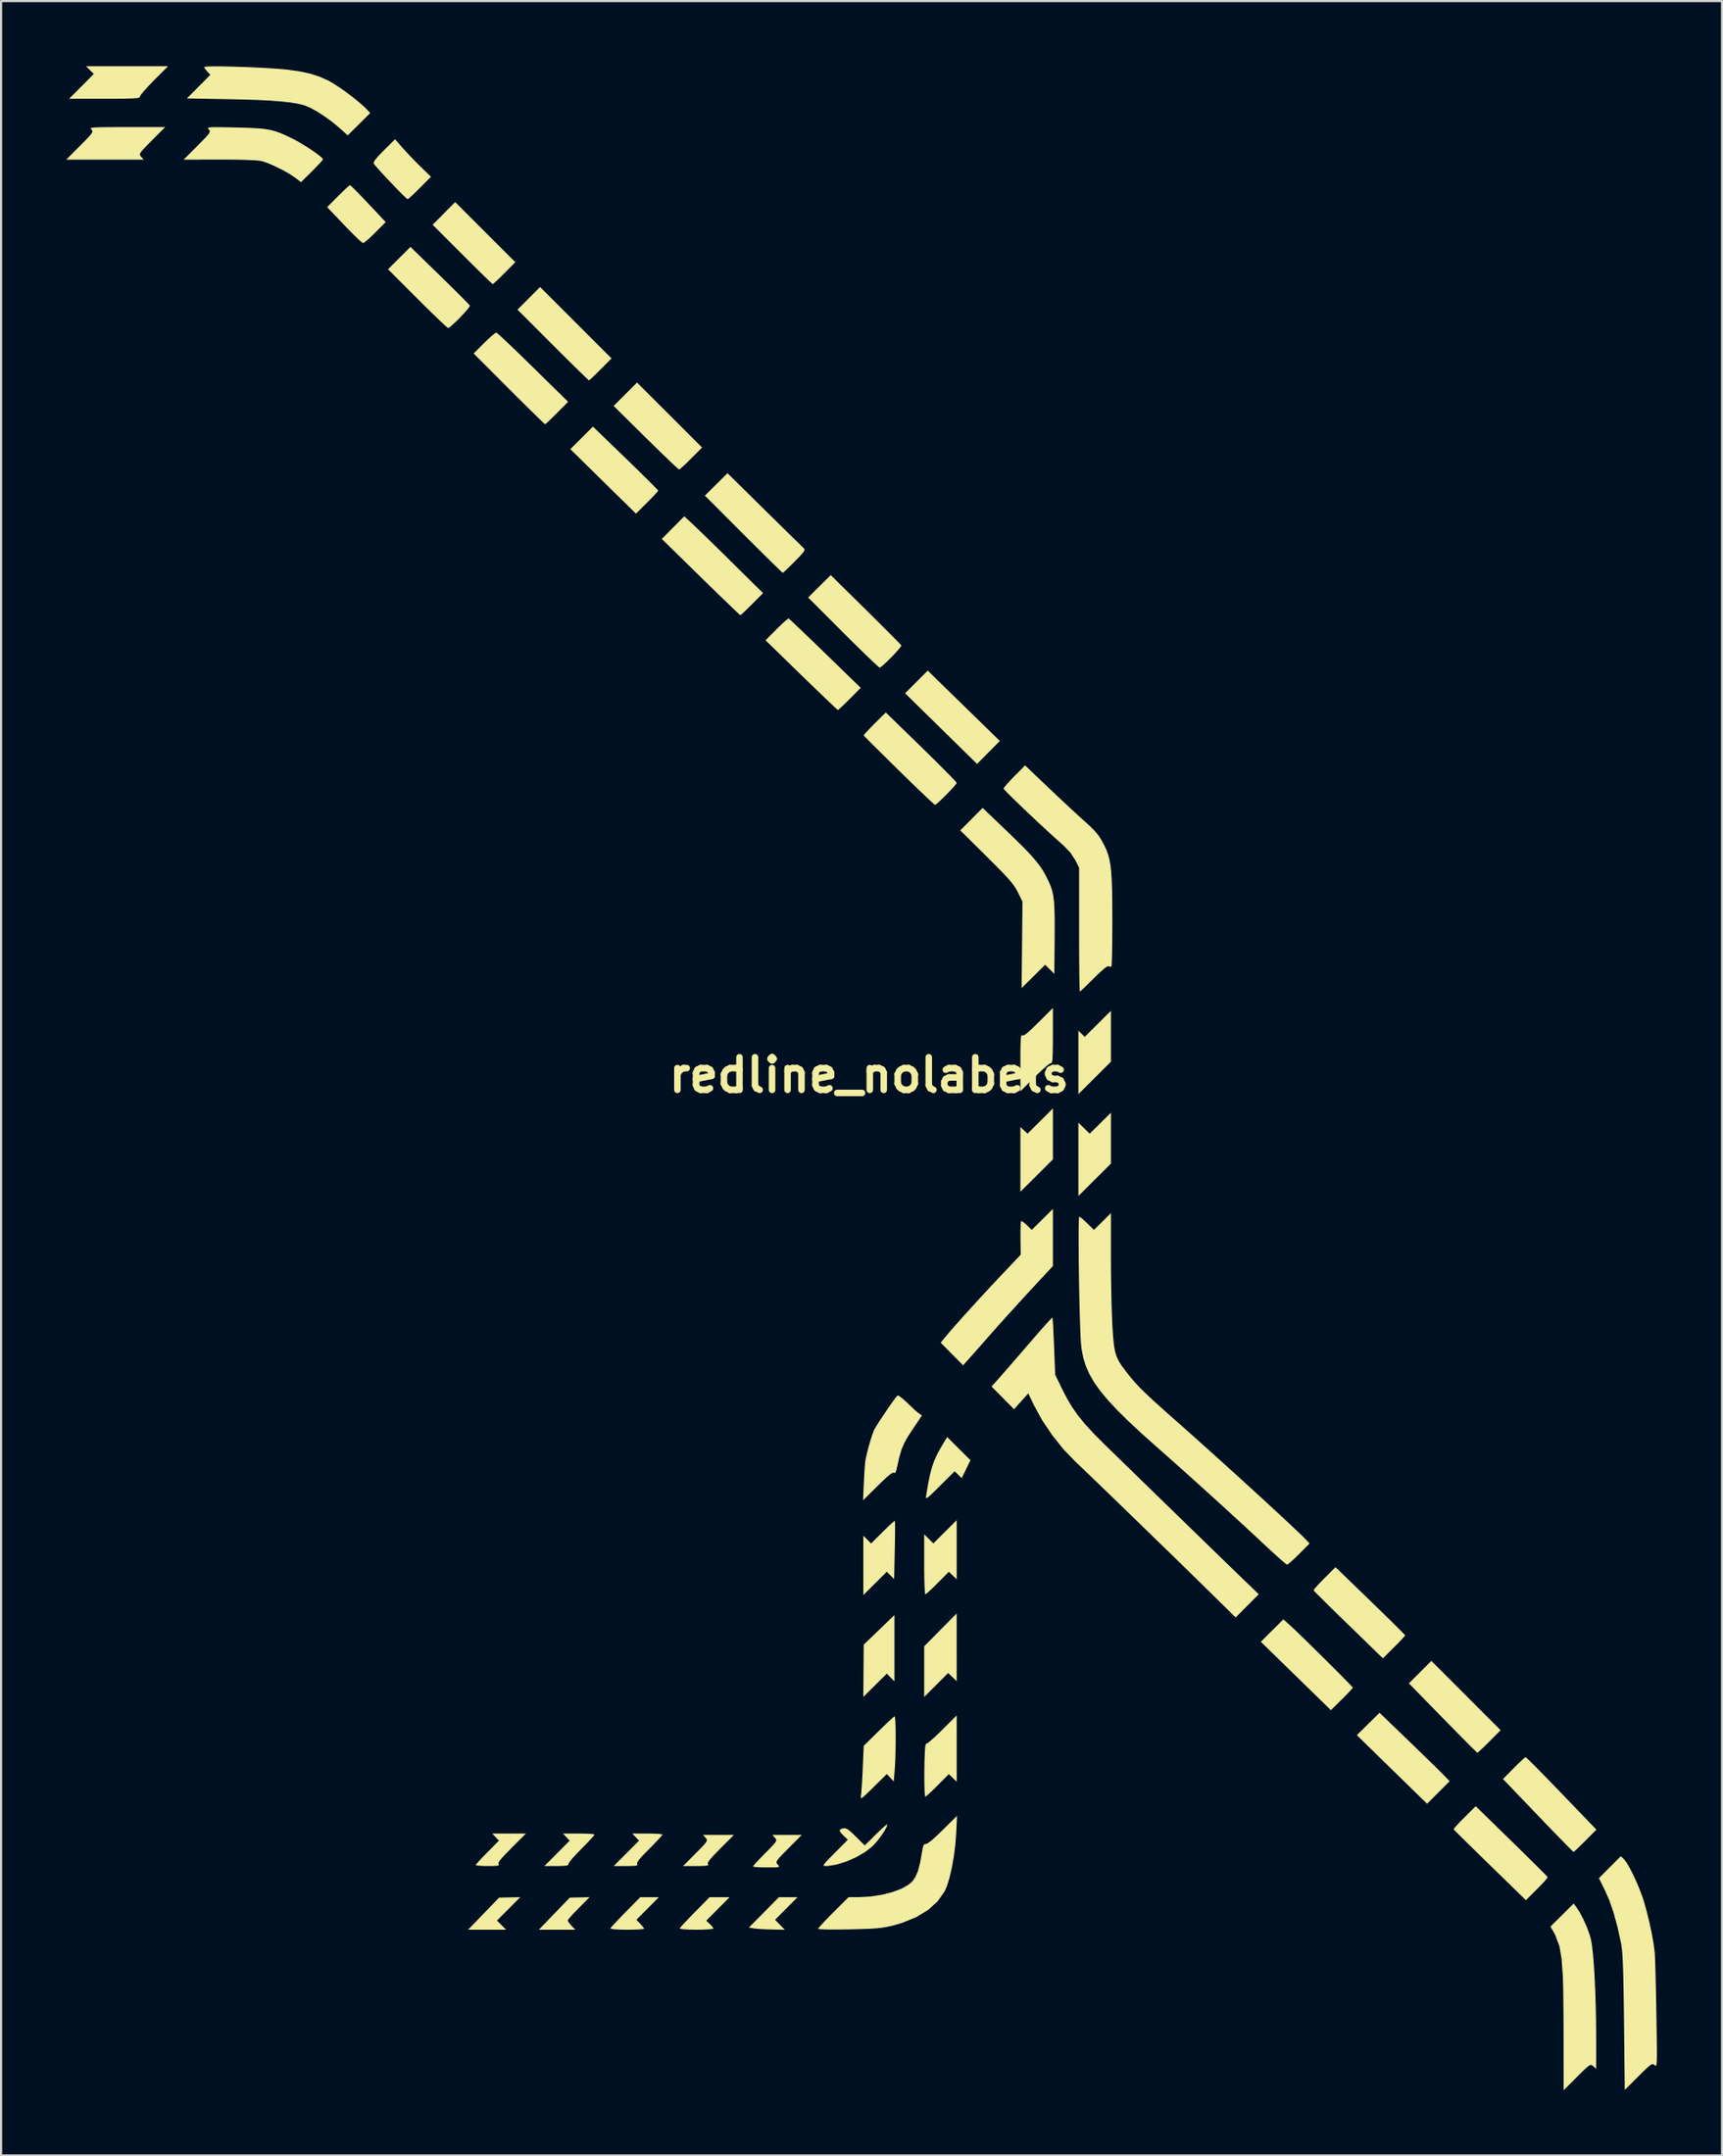
<source format=kicad_pcb>
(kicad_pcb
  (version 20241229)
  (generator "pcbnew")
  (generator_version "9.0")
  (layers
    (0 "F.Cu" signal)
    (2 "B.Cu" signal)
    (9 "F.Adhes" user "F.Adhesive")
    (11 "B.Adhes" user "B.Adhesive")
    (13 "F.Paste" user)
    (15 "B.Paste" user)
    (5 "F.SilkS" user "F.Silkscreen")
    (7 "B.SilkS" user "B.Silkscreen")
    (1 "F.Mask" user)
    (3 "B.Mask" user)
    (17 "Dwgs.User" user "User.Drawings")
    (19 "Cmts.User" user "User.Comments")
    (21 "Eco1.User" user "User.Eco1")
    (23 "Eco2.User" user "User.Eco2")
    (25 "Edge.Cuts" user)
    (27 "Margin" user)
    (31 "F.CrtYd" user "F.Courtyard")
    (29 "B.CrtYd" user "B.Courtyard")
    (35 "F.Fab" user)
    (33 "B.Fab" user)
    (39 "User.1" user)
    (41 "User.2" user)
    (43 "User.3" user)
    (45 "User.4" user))
  (footprint "redline_nolabels"
    (layer "F.Cu")
    (at 36.958 46.436)
    (property "Reference" "redline_nolabels" (at 0 0 0) (layer "F.SilkS") (effects (font (size 1.5 1.5) (thickness 0.3))))
    (attr board_only exclude_from_pos_files exclude_from_bom)
    (fp_poly (pts (xy 4.364 -16.998) (xy 6.024 -15.378) (xy 5.499 -14.85) (xy 4.975 -14.322) (xy 3.318 -15.948) (xy 1.661 -17.575) (xy 2.182 -18.097) (xy 2.703 -18.619)) (stroke (width 0) (type solid)) (fill yes) (layer "F.SilkS"))
    (fp_poly (pts (xy -16.593 38.378) (xy -17.129 38.917) (xy -16.918 39.127) (xy -16.708 39.337) (xy -17.583 39.337) (xy -18.458 39.337) (xy -17.744 38.598) (xy -17.031 37.858) (xy -16.544 37.849) (xy -16.057 37.839)) (stroke (width 0) (type solid)) (fill yes) (layer "F.SilkS"))
    (fp_poly (pts (xy 1.172 26.379) (xy 1.172 27.904) (xy 0.995 27.727) (xy 0.817 27.549) (xy 0.278 28.085) (xy -0.261 28.621) (xy -0.252 27.418) (xy -0.243 26.214) (xy 0.465 25.534) (xy 1.172 24.853)) (stroke (width 0) (type solid)) (fill yes) (layer "F.SilkS"))
    (fp_poly (pts (xy 4.037 26.34) (xy 4.038 27.899) (xy 3.841 27.711) (xy 3.644 27.522) (xy 3.092 28.072) (xy 2.54 28.621) (xy 2.54 27.456) (xy 2.54 26.29) (xy 3.288 25.536) (xy 4.037 24.781)) (stroke (width 0) (type solid)) (fill yes) (layer "F.SilkS"))
    (fp_poly (pts (xy 8.467 2.705) (xy 8.467 3.877) (xy 7.718 4.624) (xy 6.969 5.371) (xy 6.969 3.879) (xy 6.969 2.387) (xy 7.133 2.542) (xy 7.298 2.696) (xy 7.882 2.115) (xy 8.467 1.533)) (stroke (width 0) (type solid)) (fill yes) (layer "F.SilkS"))
    (fp_poly (pts (xy 11.137 -1.789) (xy 11.137 -0.617) (xy 10.388 0.13) (xy 9.639 0.877) (xy 9.639 -0.585) (xy 9.639 -2.048) (xy 9.784 -1.903) (xy 9.929 -1.758) (xy 10.533 -2.359) (xy 11.137 -2.961)) (stroke (width 0) (type solid)) (fill yes) (layer "F.SilkS"))
    (fp_poly (pts (xy 11.137 2.901) (xy 11.137 4.073) (xy 10.388 4.819) (xy 9.639 5.566) (xy 9.639 3.877) (xy 9.639 2.188) (xy 9.9 2.443) (xy 10.161 2.698) (xy 10.649 2.214) (xy 11.137 1.729)) (stroke (width 0) (type solid)) (fill yes) (layer "F.SilkS"))
    (fp_poly (pts (xy -3.809 38.36) (xy -4.326 38.88) (xy -4.104 39.108) (xy -3.882 39.337) (xy -4.465 39.328) (xy -4.761 39.319) (xy -5.038 39.304) (xy -5.247 39.285) (xy -5.29 39.279) (xy -5.533 39.24) (xy -4.84 38.54) (xy -4.148 37.839) (xy -3.72 37.839) (xy -3.292 37.839)) (stroke (width 0) (type solid)) (fill yes) (layer "F.SilkS"))
    (fp_poly (pts (xy 24.794 30.594) (xy 25.152 30.94) (xy 25.497 31.275) (xy 25.813 31.581) (xy 26.082 31.845) (xy 26.288 32.048) (xy 26.408 32.169) (xy 26.732 32.501) (xy 26.213 33.02) (xy 25.693 33.54) (xy 24.075 31.961) (xy 22.458 30.382) (xy 22.981 29.866) (xy 23.504 29.351)) (stroke (width 0) (type solid)) (fill yes) (layer "F.SilkS"))
    (fp_poly (pts (xy -13.369 38.346) (xy -13.573 38.556) (xy -13.737 38.735) (xy -13.843 38.862) (xy -13.872 38.912) (xy -13.831 38.994) (xy -13.728 39.121) (xy -13.697 39.155) (xy -13.522 39.337) (xy -14.362 39.337) (xy -15.201 39.337) (xy -14.488 38.598) (xy -13.775 37.858) (xy -13.32 37.849) (xy -12.866 37.839)) (stroke (width 0) (type solid)) (fill yes) (layer "F.SilkS"))
    (fp_poly (pts (xy -17.668 -38.802) (xy -16.283 -37.418) (xy -16.786 -36.912) (xy -16.992 -36.708) (xy -17.164 -36.543) (xy -17.281 -36.437) (xy -17.323 -36.407) (xy -17.376 -36.451) (xy -17.509 -36.576) (xy -17.711 -36.771) (xy -17.97 -37.025) (xy -18.273 -37.325) (xy -18.611 -37.661) (xy -18.724 -37.774) (xy -20.09 -39.141) (xy -19.571 -39.663) (xy -19.052 -40.185)) (stroke (width 0) (type solid)) (fill yes) (layer "F.SilkS"))
    (fp_poly (pts (xy -13.499 -34.633) (xy -11.854 -32.989) (xy -12.357 -32.484) (xy -12.563 -32.279) (xy -12.735 -32.115) (xy -12.853 -32.008) (xy -12.894 -31.978) (xy -12.947 -32.022) (xy -13.08 -32.149) (xy -13.285 -32.347) (xy -13.549 -32.606) (xy -13.863 -32.915) (xy -14.215 -33.265) (xy -14.556 -33.606) (xy -16.182 -35.233) (xy -15.663 -35.755) (xy -15.144 -36.277)) (stroke (width 0) (type solid)) (fill yes) (layer "F.SilkS"))
    (fp_poly (pts (xy -11.207 -28.396) (xy -10.842 -28.042) (xy -10.509 -27.717) (xy -10.219 -27.431) (xy -9.984 -27.196) (xy -9.813 -27.023) (xy -9.719 -26.923) (xy -9.704 -26.902) (xy -9.748 -26.843) (xy -9.865 -26.713) (xy -10.039 -26.532) (xy -10.217 -26.353) (xy -10.73 -25.843) (xy -12.24 -27.327) (xy -13.75 -28.811) (xy -13.23 -29.331) (xy -12.71 -29.85)) (stroke (width 0) (type solid)) (fill yes) (layer "F.SilkS"))
    (fp_poly (pts (xy -9.184 -30.383) (xy -7.686 -28.886) (xy -8.189 -28.381) (xy -8.397 -28.176) (xy -8.573 -28.011) (xy -8.696 -27.905) (xy -8.743 -27.875) (xy -8.8 -27.919) (xy -8.938 -28.044) (xy -9.146 -28.239) (xy -9.411 -28.494) (xy -9.724 -28.796) (xy -10.071 -29.136) (xy -10.275 -29.337) (xy -11.756 -30.799) (xy -11.218 -31.339) (xy -10.681 -31.879)) (stroke (width 0) (type solid)) (fill yes) (layer "F.SilkS"))
    (fp_poly (pts (xy 27.484 28.558) (xy 29.078 30.153) (xy 28.559 30.675) (xy 28.35 30.882) (xy 28.175 31.049) (xy 28.053 31.158) (xy 28.007 31.191) (xy 27.955 31.145) (xy 27.823 31.016) (xy 27.621 30.816) (xy 27.36 30.554) (xy 27.052 30.242) (xy 26.706 29.89) (xy 26.414 29.592) (xy 24.855 27.998) (xy 25.372 27.481) (xy 25.889 26.963)) (stroke (width 0) (type solid)) (fill yes) (layer "F.SilkS"))
    (fp_poly (pts (xy -32.948 -45.76) (xy -33.196 -45.503) (xy -33.392 -45.285) (xy -33.524 -45.12) (xy -33.579 -45.024) (xy -33.578 -45.011) (xy -33.605 -44.987) (xy -33.724 -44.968) (xy -33.943 -44.954) (xy -34.269 -44.945) (xy -34.712 -44.94) (xy -35.18 -44.938) (xy -36.827 -44.938) (xy -36.259 -45.51) (xy -35.69 -46.081) (xy -35.868 -46.259) (xy -36.046 -46.436) (xy -34.159 -46.436) (xy -32.273 -46.436)) (stroke (width 0) (type solid)) (fill yes) (layer "F.SilkS"))
    (fp_poly (pts (xy 1.197 20.59) (xy 1.2 20.771) (xy 1.199 21.043) (xy 1.195 21.385) (xy 1.188 21.778) (xy 1.186 21.874) (xy 1.157 23.2) (xy 0.987 23.03) (xy 0.817 22.86) (xy 0.278 23.396) (xy -0.261 23.932) (xy -0.261 22.567) (xy -0.261 21.202) (xy -0.083 21.38) (xy 0.095 21.558) (xy 0.632 21.024) (xy 0.844 20.817) (xy 1.02 20.653) (xy 1.143 20.548) (xy 1.192 20.519)) (stroke (width 0) (type solid)) (fill yes) (layer "F.SilkS"))
    (fp_poly (pts (xy 4.038 21.848) (xy 4.038 23.21) (xy 3.856 23.036) (xy 3.675 22.862) (xy 3.158 23.382) (xy 2.947 23.59) (xy 2.768 23.758) (xy 2.642 23.868) (xy 2.59 23.902) (xy 2.575 23.84) (xy 2.562 23.667) (xy 2.552 23.401) (xy 2.544 23.062) (xy 2.54 22.668) (xy 2.54 22.519) (xy 2.54 21.137) (xy 2.75 21.347) (xy 2.961 21.557) (xy 3.499 21.022) (xy 4.038 20.486)) (stroke (width 0) (type solid)) (fill yes) (layer "F.SilkS"))
    (fp_poly (pts (xy -23.838 -40.92) (xy -23.708 -40.795) (xy -23.52 -40.604) (xy -23.287 -40.364) (xy -23.052 -40.115) (xy -22.252 -39.265) (xy -22.733 -38.78) (xy -22.94 -38.579) (xy -23.118 -38.419) (xy -23.245 -38.319) (xy -23.292 -38.295) (xy -23.361 -38.341) (xy -23.501 -38.466) (xy -23.699 -38.656) (xy -23.937 -38.895) (xy -24.158 -39.123) (xy -24.946 -39.951) (xy -24.442 -40.459) (xy -24.234 -40.663) (xy -24.06 -40.829) (xy -23.94 -40.935) (xy -23.895 -40.966)) (stroke (width 0) (type solid)) (fill yes) (layer "F.SilkS"))
    (fp_poly (pts (xy 4.133 17.192) (xy 4.67 17.725) (xy 4.468 18.139) (xy 4.266 18.553) (xy 4.104 18.394) (xy 3.943 18.236) (xy 3.27 18.903) (xy 3.009 19.161) (xy 2.827 19.336) (xy 2.711 19.437) (xy 2.647 19.472) (xy 2.623 19.452) (xy 2.626 19.385) (xy 2.633 19.343) (xy 2.721 18.818) (xy 2.807 18.395) (xy 2.899 18.045) (xy 3.006 17.741) (xy 3.137 17.454) (xy 3.301 17.156) (xy 3.331 17.106) (xy 3.597 16.658)) (stroke (width 0) (type solid)) (fill yes) (layer "F.SilkS"))
    (fp_poly (pts (xy -16.463 35.578) (xy -16.732 35.853) (xy -16.916 36.052) (xy -17.023 36.189) (xy -17.065 36.277) (xy -17.052 36.327) (xy -17.039 36.366) (xy -17.107 36.391) (xy -17.273 36.403) (xy -17.539 36.407) (xy -17.792 36.402) (xy -17.987 36.388) (xy -18.094 36.369) (xy -18.106 36.359) (xy -18.062 36.297) (xy -17.944 36.163) (xy -17.771 35.978) (xy -17.572 35.775) (xy -17.037 35.238) (xy -17.192 35.073) (xy -17.347 34.909) (xy -16.571 34.909) (xy -15.796 34.909)) (stroke (width 0) (type solid)) (fill yes) (layer "F.SilkS"))
    (fp_poly (pts (xy -10.191 38.359) (xy -10.708 38.879) (xy -10.532 39.063) (xy -10.419 39.191) (xy -10.359 39.28) (xy -10.355 39.292) (xy -10.416 39.31) (xy -10.582 39.324) (xy -10.829 39.334) (xy -11.13 39.337) (xy -11.142 39.337) (xy -11.472 39.333) (xy -11.72 39.319) (xy -11.87 39.298) (xy -11.908 39.276) (xy -11.856 39.21) (xy -11.73 39.069) (xy -11.545 38.873) (xy -11.318 38.638) (xy -11.209 38.527) (xy -10.532 37.839) (xy -10.103 37.839) (xy -9.675 37.839)) (stroke (width 0) (type solid)) (fill yes) (layer "F.SilkS"))
    (fp_poly (pts (xy -6.956 38.38) (xy -7.493 38.921) (xy -7.329 39.075) (xy -7.218 39.193) (xy -7.165 39.278) (xy -7.164 39.284) (xy -7.225 39.304) (xy -7.391 39.321) (xy -7.637 39.333) (xy -7.939 39.337) (xy -7.951 39.337) (xy -8.281 39.333) (xy -8.529 39.319) (xy -8.679 39.298) (xy -8.716 39.276) (xy -8.665 39.21) (xy -8.539 39.069) (xy -8.353 38.873) (xy -8.127 38.638) (xy -8.018 38.527) (xy -7.341 37.839) (xy -6.879 37.839) (xy -6.418 37.839)) (stroke (width 0) (type solid)) (fill yes) (layer "F.SilkS"))
    (fp_poly (pts (xy -6.857 35.611) (xy -7.118 35.878) (xy -7.293 36.07) (xy -7.393 36.201) (xy -7.427 36.284) (xy -7.413 36.327) (xy -7.401 36.365) (xy -7.469 36.389) (xy -7.633 36.402) (xy -7.908 36.407) (xy -7.948 36.407) (xy -8.562 36.407) (xy -7.981 35.823) (xy -7.742 35.582) (xy -7.583 35.414) (xy -7.493 35.301) (xy -7.46 35.226) (xy -7.471 35.169) (xy -7.516 35.111) (xy -7.52 35.107) (xy -7.64 34.974) (xy -6.931 34.974) (xy -6.222 34.974)) (stroke (width 0) (type solid)) (fill yes) (layer "F.SilkS"))
    (fp_poly (pts (xy 19.356 25.301) (xy 19.494 25.428) (xy 19.696 25.62) (xy 19.948 25.863) (xy 20.237 26.145) (xy 20.549 26.452) (xy 20.871 26.77) (xy 21.19 27.086) (xy 21.491 27.387) (xy 21.762 27.659) (xy 21.988 27.889) (xy 22.157 28.064) (xy 22.255 28.17) (xy 22.274 28.195) (xy 22.23 28.255) (xy 22.112 28.385) (xy 21.938 28.564) (xy 21.769 28.734) (xy 21.264 29.231) (xy 19.651 27.657) (xy 18.038 26.084) (xy 18.556 25.568) (xy 19.075 25.052)) (stroke (width 0) (type solid)) (fill yes) (layer "F.SilkS"))
    (fp_poly (pts (xy -13.072 34.913) (xy -12.837 34.924) (xy -12.683 34.941) (xy -12.635 34.959) (xy -12.679 35.021) (xy -12.798 35.155) (xy -12.977 35.344) (xy -13.198 35.569) (xy -13.254 35.626) (xy -13.48 35.859) (xy -13.664 36.064) (xy -13.791 36.222) (xy -13.843 36.315) (xy -13.843 36.325) (xy -13.86 36.366) (xy -13.962 36.392) (xy -14.165 36.404) (xy -14.378 36.407) (xy -14.944 36.407) (xy -14.363 35.822) (xy -13.781 35.238) (xy -13.936 35.073) (xy -14.09 34.909) (xy -13.363 34.909)) (stroke (width 0) (type solid)) (fill yes) (layer "F.SilkS"))
    (fp_poly (pts (xy -9.921 34.913) (xy -9.693 34.925) (xy -9.548 34.942) (xy -9.509 34.959) (xy -9.552 35.021) (xy -9.672 35.156) (xy -9.851 35.344) (xy -10.071 35.569) (xy -10.125 35.623) (xy -10.385 35.887) (xy -10.558 36.077) (xy -10.653 36.207) (xy -10.682 36.288) (xy -10.671 36.322) (xy -10.659 36.363) (xy -10.72 36.389) (xy -10.871 36.402) (xy -11.131 36.407) (xy -11.176 36.407) (xy -11.753 36.407) (xy -11.171 35.822) (xy -10.59 35.238) (xy -10.744 35.073) (xy -10.899 34.909) (xy -10.204 34.909)) (stroke (width 0) (type solid)) (fill yes) (layer "F.SilkS"))
    (fp_poly (pts (xy -8.178 -25.419) (xy -8.049 -25.298) (xy -7.842 -25.099) (xy -7.572 -24.837) (xy -7.252 -24.525) (xy -6.897 -24.178) (xy -6.522 -23.809) (xy -6.363 -23.652) (xy -4.878 -22.186) (xy -5.384 -21.676) (xy -5.591 -21.472) (xy -5.764 -21.307) (xy -5.882 -21.2) (xy -5.925 -21.17) (xy -5.978 -21.215) (xy -6.113 -21.341) (xy -6.32 -21.539) (xy -6.59 -21.798) (xy -6.912 -22.109) (xy -7.275 -22.462) (xy -7.669 -22.847) (xy -7.75 -22.926) (xy -9.541 -24.679) (xy -9.024 -25.2) (xy -8.507 -25.721)) (stroke (width 0) (type solid)) (fill yes) (layer "F.SilkS"))
    (fp_poly (pts (xy -19.754 -36.801) (xy -19.407 -36.462) (xy -19.092 -36.151) (xy -18.819 -35.879) (xy -18.601 -35.659) (xy -18.451 -35.503) (xy -18.379 -35.423) (xy -18.375 -35.416) (xy -18.408 -35.347) (xy -18.514 -35.213) (xy -18.67 -35.039) (xy -18.852 -34.847) (xy -19.037 -34.663) (xy -19.203 -34.51) (xy -19.326 -34.412) (xy -19.375 -34.388) (xy -19.436 -34.432) (xy -19.577 -34.558) (xy -19.785 -34.753) (xy -20.049 -35.006) (xy -20.357 -35.307) (xy -20.695 -35.642) (xy -20.793 -35.74) (xy -22.145 -37.093) (xy -21.627 -37.607) (xy -21.11 -38.121)) (stroke (width 0) (type solid)) (fill yes) (layer "F.SilkS"))
    (fp_poly (pts (xy -17.09 -34.129) (xy -16.947 -34) (xy -16.733 -33.8) (xy -16.46 -33.54) (xy -16.139 -33.231) (xy -15.781 -32.883) (xy -15.466 -32.575) (xy -13.853 -30.991) (xy -14.366 -30.475) (xy -14.574 -30.268) (xy -14.748 -30.101) (xy -14.868 -29.992) (xy -14.913 -29.959) (xy -14.966 -30.003) (xy -15.099 -30.13) (xy -15.304 -30.328) (xy -15.568 -30.587) (xy -15.882 -30.896) (xy -16.234 -31.246) (xy -16.575 -31.587) (xy -18.201 -33.214) (xy -17.714 -33.705) (xy -17.507 -33.905) (xy -17.329 -34.062) (xy -17.202 -34.158) (xy -17.153 -34.178)) (stroke (width 0) (type solid)) (fill yes) (layer "F.SilkS"))
    (fp_poly (pts (xy -3.645 -20.973) (xy -3.507 -20.845) (xy -3.297 -20.646) (xy -3.027 -20.388) (xy -2.707 -20.081) (xy -2.349 -19.735) (xy -2.018 -19.414) (xy -0.381 -17.825) (xy -0.889 -17.314) (xy -1.096 -17.109) (xy -1.269 -16.943) (xy -1.388 -16.835) (xy -1.431 -16.803) (xy -1.484 -16.847) (xy -1.619 -16.972) (xy -1.826 -17.167) (xy -2.094 -17.423) (xy -2.412 -17.728) (xy -2.769 -18.073) (xy -3.115 -18.409) (xy -4.764 -20.014) (xy -4.256 -20.526) (xy -4.047 -20.73) (xy -3.872 -20.892) (xy -3.749 -20.994) (xy -3.701 -21.021)) (stroke (width 0) (type solid)) (fill yes) (layer "F.SilkS"))
    (fp_poly (pts (xy -0.148 -21.424) (xy 0.23 -21.05) (xy 0.578 -20.704) (xy 0.885 -20.397) (xy 1.14 -20.14) (xy 1.333 -19.943) (xy 1.453 -19.818) (xy 1.489 -19.776) (xy 1.457 -19.71) (xy 1.351 -19.579) (xy 1.195 -19.407) (xy 1.014 -19.218) (xy 0.828 -19.035) (xy 0.663 -18.882) (xy 0.54 -18.782) (xy 0.49 -18.757) (xy 0.429 -18.801) (xy 0.289 -18.928) (xy 0.078 -19.126) (xy -0.192 -19.385) (xy -0.509 -19.695) (xy -0.864 -20.045) (xy -1.19 -20.37) (xy -2.802 -21.983) (xy -2.282 -22.5) (xy -1.762 -23.016)) (stroke (width 0) (type solid)) (fill yes) (layer "F.SilkS"))
    (fp_poly (pts (xy 4.038 30.998) (xy 4.038 32.523) (xy 3.856 32.349) (xy 3.675 32.175) (xy 3.158 32.695) (xy 2.947 32.903) (xy 2.767 33.072) (xy 2.64 33.182) (xy 2.588 33.215) (xy 2.572 33.154) (xy 2.559 32.982) (xy 2.551 32.719) (xy 2.546 32.387) (xy 2.547 32.005) (xy 2.548 31.98) (xy 2.555 31.537) (xy 2.568 31.187) (xy 2.585 30.939) (xy 2.606 30.805) (xy 2.622 30.784) (xy 2.688 30.754) (xy 2.826 30.645) (xy 3.02 30.474) (xy 3.251 30.255) (xy 3.361 30.147) (xy 4.038 29.473)) (stroke (width 0) (type solid)) (fill yes) (layer "F.SilkS"))
    (fp_poly (pts (xy 8.467 -1.802) (xy 8.464 -1.327) (xy 8.457 -0.973) (xy 8.444 -0.732) (xy 8.425 -0.596) (xy 8.399 -0.556) (xy 8.395 -0.558) (xy 8.324 -0.531) (xy 8.179 -0.422) (xy 7.976 -0.244) (xy 7.73 -0.011) (xy 7.646 0.072) (xy 6.969 0.747) (xy 6.969 -0.584) (xy 6.97 -1.045) (xy 6.975 -1.389) (xy 6.985 -1.627) (xy 7 -1.772) (xy 7.021 -1.837) (xy 7.048 -1.836) (xy 7.099 -1.823) (xy 7.188 -1.865) (xy 7.325 -1.973) (xy 7.525 -2.158) (xy 7.797 -2.424) (xy 8.467 -3.091)) (stroke (width 0) (type solid)) (fill yes) (layer "F.SilkS"))
    (fp_poly (pts (xy 23.08 24.2) (xy 23.458 24.566) (xy 23.803 24.904) (xy 24.107 25.202) (xy 24.357 25.45) (xy 24.543 25.638) (xy 24.655 25.754) (xy 24.684 25.789) (xy 24.64 25.847) (xy 24.522 25.976) (xy 24.349 26.157) (xy 24.171 26.336) (xy 23.659 26.845) (xy 22.071 25.303) (xy 21.695 24.937) (xy 21.35 24.6) (xy 21.046 24.301) (xy 20.796 24.053) (xy 20.608 23.866) (xy 20.495 23.75) (xy 20.466 23.716) (xy 20.503 23.655) (xy 20.615 23.524) (xy 20.785 23.343) (xy 20.963 23.161) (xy 21.477 22.65)) (stroke (width 0) (type solid)) (fill yes) (layer "F.SilkS"))
    (fp_poly (pts (xy 29.58 35.261) (xy 29.963 35.635) (xy 30.315 35.982) (xy 30.626 36.289) (xy 30.885 36.547) (xy 31.082 36.745) (xy 31.206 36.872) (xy 31.246 36.917) (xy 31.209 36.978) (xy 31.097 37.11) (xy 30.927 37.292) (xy 30.752 37.47) (xy 30.242 37.977) (xy 28.586 36.364) (xy 28.203 35.99) (xy 27.849 35.644) (xy 27.537 35.338) (xy 27.277 35.081) (xy 27.079 34.885) (xy 26.955 34.759) (xy 26.914 34.715) (xy 26.95 34.657) (xy 27.063 34.529) (xy 27.232 34.349) (xy 27.414 34.165) (xy 27.931 33.651)) (stroke (width 0) (type solid)) (fill yes) (layer "F.SilkS"))
    (fp_poly (pts (xy 30.284 31.437) (xy 30.418 31.566) (xy 30.621 31.768) (xy 30.882 32.032) (xy 31.191 32.348) (xy 31.539 32.706) (xy 31.882 33.061) (xy 33.488 34.731) (xy 32.979 35.243) (xy 32.771 35.449) (xy 32.598 35.615) (xy 32.479 35.723) (xy 32.435 35.755) (xy 32.384 35.71) (xy 32.253 35.581) (xy 32.053 35.379) (xy 31.794 35.114) (xy 31.487 34.798) (xy 31.141 34.44) (xy 30.794 34.078) (xy 29.187 32.401) (xy 29.685 31.897) (xy 29.891 31.692) (xy 30.065 31.527) (xy 30.185 31.421) (xy 30.23 31.392)) (stroke (width 0) (type solid)) (fill yes) (layer "F.SilkS"))
    (fp_poly (pts (xy -21.481 -42.689) (xy -21.278 -42.465) (xy -21.023 -42.196) (xy -20.76 -41.928) (xy -20.655 -41.825) (xy -20.168 -41.349) (xy -20.682 -40.832) (xy -20.891 -40.625) (xy -21.068 -40.457) (xy -21.192 -40.348) (xy -21.241 -40.314) (xy -21.299 -40.359) (xy -21.429 -40.483) (xy -21.617 -40.671) (xy -21.846 -40.905) (xy -22.013 -41.08) (xy -22.264 -41.345) (xy -22.484 -41.584) (xy -22.657 -41.778) (xy -22.768 -41.907) (xy -22.797 -41.948) (xy -22.799 -42.019) (xy -22.738 -42.128) (xy -22.601 -42.291) (xy -22.378 -42.522) (xy -22.336 -42.564) (xy -21.82 -43.078)) (stroke (width 0) (type solid)) (fill yes) (layer "F.SilkS"))
    (fp_poly (pts (xy -33.017 -43.02) (xy -33.264 -42.771) (xy -33.43 -42.596) (xy -33.528 -42.478) (xy -33.568 -42.399) (xy -33.563 -42.34) (xy -33.524 -42.286) (xy -33.511 -42.271) (xy -33.391 -42.138) (xy -35.174 -42.138) (xy -36.958 -42.138) (xy -36.323 -42.775) (xy -36.072 -43.029) (xy -35.901 -43.209) (xy -35.8 -43.331) (xy -35.757 -43.413) (xy -35.76 -43.47) (xy -35.797 -43.519) (xy -35.801 -43.524) (xy -35.828 -43.557) (xy -35.826 -43.583) (xy -35.781 -43.603) (xy -35.679 -43.617) (xy -35.508 -43.626) (xy -35.254 -43.632) (xy -34.903 -43.635) (xy -34.442 -43.636) (xy -34.159 -43.636) (xy -32.404 -43.636)) (stroke (width 0) (type solid)) (fill yes) (layer "F.SilkS"))
    (fp_poly (pts (xy -4.805 -26.019) (xy -4.412 -25.632) (xy -4.046 -25.272) (xy -3.717 -24.949) (xy -3.437 -24.675) (xy -3.216 -24.459) (xy -3.067 -24.313) (xy -2.998 -24.248) (xy -2.998 -24.247) (xy -2.967 -24.198) (xy -2.984 -24.129) (xy -3.06 -24.021) (xy -3.207 -23.859) (xy -3.42 -23.641) (xy -3.629 -23.434) (xy -3.804 -23.265) (xy -3.925 -23.155) (xy -3.972 -23.121) (xy -4.024 -23.165) (xy -4.158 -23.292) (xy -4.363 -23.491) (xy -4.63 -23.753) (xy -4.948 -24.067) (xy -5.308 -24.424) (xy -5.698 -24.813) (xy -5.781 -24.896) (xy -7.556 -26.672) (xy -7.036 -27.189) (xy -6.516 -27.706)) (stroke (width 0) (type solid)) (fill yes) (layer "F.SilkS"))
    (fp_poly (pts (xy -3.71 35.59) (xy -3.956 35.839) (xy -4.123 36.014) (xy -4.22 36.132) (xy -4.26 36.211) (xy -4.255 36.269) (xy -4.216 36.324) (xy -4.203 36.339) (xy -4.152 36.4) (xy -4.145 36.439) (xy -4.202 36.46) (xy -4.343 36.47) (xy -4.587 36.472) (xy -4.712 36.472) (xy -4.98 36.467) (xy -5.191 36.455) (xy -5.317 36.437) (xy -5.341 36.424) (xy -5.297 36.362) (xy -5.179 36.228) (xy -5.003 36.042) (xy -4.788 35.822) (xy -4.775 35.808) (xy -4.539 35.57) (xy -4.384 35.406) (xy -4.298 35.296) (xy -4.268 35.222) (xy -4.282 35.165) (xy -4.329 35.107) (xy -4.449 34.974) (xy -3.773 34.974) (xy -3.096 34.974)) (stroke (width 0) (type solid)) (fill yes) (layer "F.SilkS"))
    (fp_poly (pts (xy 1.196 29.567) (xy 1.211 29.729) (xy 1.222 29.976) (xy 1.227 30.287) (xy 1.228 30.639) (xy 1.224 31.011) (xy 1.215 31.38) (xy 1.2 31.724) (xy 1.181 32.021) (xy 1.18 32.033) (xy 1.14 32.511) (xy 0.98 32.34) (xy 0.82 32.17) (xy 0.208 32.774) (xy -0.04 33.017) (xy -0.209 33.177) (xy -0.313 33.264) (xy -0.365 33.285) (xy -0.38 33.251) (xy -0.372 33.17) (xy -0.369 33.15) (xy -0.353 33.006) (xy -0.335 32.761) (xy -0.315 32.444) (xy -0.296 32.083) (xy -0.288 31.897) (xy -0.243 30.872) (xy 0.435 30.204) (xy 0.68 29.966) (xy 0.894 29.762) (xy 1.06 29.609) (xy 1.158 29.525) (xy 1.176 29.514)) (stroke (width 0) (type solid)) (fill yes) (layer "F.SilkS"))
    (fp_poly (pts (xy 2.404 -15.103) (xy 2.785 -14.731) (xy 3.134 -14.386) (xy 3.441 -14.079) (xy 3.696 -13.822) (xy 3.887 -13.623) (xy 4.004 -13.496) (xy 4.037 -13.451) (xy 3.994 -13.379) (xy 3.879 -13.244) (xy 3.717 -13.069) (xy 3.531 -12.878) (xy 3.346 -12.696) (xy 3.186 -12.547) (xy 3.074 -12.456) (xy 3.04 -12.439) (xy 2.982 -12.484) (xy 2.842 -12.609) (xy 2.632 -12.805) (xy 2.363 -13.062) (xy 2.045 -13.368) (xy 1.689 -13.714) (xy 1.378 -14.019) (xy 1.001 -14.39) (xy 0.655 -14.732) (xy 0.35 -15.034) (xy 0.096 -15.286) (xy -0.094 -15.477) (xy -0.211 -15.595) (xy -0.245 -15.632) (xy -0.208 -15.688) (xy -0.096 -15.816) (xy 0.073 -15.995) (xy 0.255 -16.179) (xy 0.772 -16.693)) (stroke (width 0) (type solid)) (fill yes) (layer "F.SilkS"))
    (fp_poly (pts (xy 0.804 34.621) (xy 0.694 34.818) (xy 0.538 35.048) (xy 0.356 35.28) (xy 0.171 35.482) (xy 0.136 35.515) (xy -0.193 35.77) (xy -0.598 36.003) (xy -1.041 36.197) (xy -1.481 36.336) (xy -1.88 36.403) (xy -1.983 36.407) (xy -2.058 36.402) (xy -2.091 36.38) (xy -2.07 36.325) (xy -1.987 36.223) (xy -1.832 36.06) (xy -1.595 35.82) (xy -1.577 35.802) (xy -0.974 35.196) (xy -1.171 35.008) (xy -1.314 34.857) (xy -1.356 34.763) (xy -1.298 34.705) (xy -1.199 34.673) (xy -1.105 34.665) (xy -1.005 34.701) (xy -0.876 34.796) (xy -0.692 34.967) (xy -0.613 35.045) (xy -0.195 35.459) (xy 0.326 34.941) (xy 0.531 34.742) (xy 0.699 34.59) (xy 0.809 34.5) (xy 0.846 34.487)) (stroke (width 0) (type solid)) (fill yes) (layer "F.SilkS"))
    (fp_poly (pts (xy 6.364 -11.215) (xy 6.805 -10.788) (xy 7.162 -10.433) (xy 7.447 -10.133) (xy 7.674 -9.874) (xy 7.856 -9.64) (xy 8.005 -9.416) (xy 8.136 -9.188) (xy 8.19 -9.081) (xy 8.291 -8.871) (xy 8.372 -8.675) (xy 8.435 -8.477) (xy 8.482 -8.259) (xy 8.515 -8.003) (xy 8.536 -7.693) (xy 8.546 -7.31) (xy 8.549 -6.837) (xy 8.546 -6.256) (xy 8.545 -6.058) (xy 8.532 -4.659) (xy 8.321 -4.87) (xy 8.111 -5.08) (xy 7.568 -4.543) (xy 7.026 -4.005) (xy 7.045 -5.996) (xy 7.064 -7.987) (xy 6.849 -8.422) (xy 6.769 -8.572) (xy 6.67 -8.724) (xy 6.541 -8.892) (xy 6.369 -9.09) (xy 6.142 -9.332) (xy 5.846 -9.634) (xy 5.47 -10.009) (xy 5.418 -10.061) (xy 4.201 -11.264) (xy 4.716 -11.782) (xy 5.231 -12.3)) (stroke (width 0) (type solid)) (fill yes) (layer "F.SilkS"))
    (fp_poly (pts (xy 8.467 7.473) (xy 8.467 8.788) (xy 7.473 9.857) (xy 7.108 10.253) (xy 6.703 10.697) (xy 6.29 11.153) (xy 5.903 11.584) (xy 5.601 11.924) (xy 5.321 12.243) (xy 5.057 12.541) (xy 4.827 12.802) (xy 4.647 13.004) (xy 4.535 13.131) (xy 4.526 13.14) (xy 4.331 13.357) (xy 3.815 12.837) (xy 3.3 12.317) (xy 3.542 12.021) (xy 3.749 11.776) (xy 4.031 11.454) (xy 4.371 11.073) (xy 4.755 10.649) (xy 5.167 10.199) (xy 5.592 9.741) (xy 6.013 9.292) (xy 6.072 9.23) (xy 6.983 8.267) (xy 6.973 7.488) (xy 6.973 7.187) (xy 6.98 6.939) (xy 6.993 6.772) (xy 7.011 6.708) (xy 7.011 6.708) (xy 7.084 6.75) (xy 7.21 6.855) (xy 7.276 6.917) (xy 7.492 7.126) (xy 7.979 6.642) (xy 8.467 6.158)) (stroke (width 0) (type solid)) (fill yes) (layer "F.SilkS"))
    (fp_poly (pts (xy 32.565 38.295) (xy 32.723 38.54) (xy 32.892 38.864) (xy 33.051 39.224) (xy 33.178 39.571) (xy 33.24 39.793) (xy 33.286 40.069) (xy 33.33 40.457) (xy 33.37 40.939) (xy 33.405 41.498) (xy 33.433 42.116) (xy 33.456 42.775) (xy 33.47 43.456) (xy 33.476 44.142) (xy 33.476 44.216) (xy 33.476 45.74) (xy 33.343 45.62) (xy 33.286 45.575) (xy 33.231 45.56) (xy 33.158 45.588) (xy 33.051 45.671) (xy 32.892 45.819) (xy 32.662 46.045) (xy 32.594 46.113) (xy 31.978 46.727) (xy 31.975 44.318) (xy 31.974 43.751) (xy 31.971 43.207) (xy 31.967 42.706) (xy 31.962 42.265) (xy 31.956 41.901) (xy 31.949 41.634) (xy 31.943 41.487) (xy 31.92 41.178) (xy 31.896 40.846) (xy 31.882 40.665) (xy 31.786 40.102) (xy 31.594 39.585) (xy 31.509 39.428) (xy 31.372 39.195) (xy 31.905 38.664) (xy 32.438 38.133)) (stroke (width 0) (type solid)) (fill yes) (layer "F.SilkS"))
    (fp_poly (pts (xy -29.771 -46.429) (xy -29.377 -46.421) (xy -28.947 -46.408) (xy -28.5 -46.391) (xy -28.054 -46.371) (xy -27.629 -46.347) (xy -27.244 -46.321) (xy -26.916 -46.294) (xy -26.751 -46.276) (xy -26.18 -46.194) (xy -25.705 -46.09) (xy -25.29 -45.955) (xy -24.901 -45.778) (xy -24.668 -45.648) (xy -24.383 -45.465) (xy -24.058 -45.235) (xy -23.727 -44.983) (xy -23.426 -44.736) (xy -23.189 -44.521) (xy -23.123 -44.454) (xy -22.963 -44.283) (xy -23.481 -43.768) (xy -24 -43.254) (xy -24.358 -43.578) (xy -24.69 -43.856) (xy -25.052 -44.121) (xy -25.413 -44.354) (xy -25.743 -44.534) (xy -26.012 -44.643) (xy -26.019 -44.645) (xy -26.3 -44.712) (xy -26.641 -44.768) (xy -27.054 -44.815) (xy -27.55 -44.852) (xy -28.143 -44.883) (xy -28.843 -44.906) (xy -29.493 -44.92) (xy -31.405 -44.955) (xy -30.864 -45.499) (xy -30.324 -46.042) (xy -30.467 -46.195) (xy -30.567 -46.316) (xy -30.61 -46.398) (xy -30.61 -46.4) (xy -30.548 -46.417) (xy -30.375 -46.428) (xy -30.11 -46.431)) (stroke (width 0) (type solid)) (fill yes) (layer "F.SilkS"))
    (fp_poly (pts (xy 1.386 14.77) (xy 1.524 14.873) (xy 1.71 15.036) (xy 1.883 15.201) (xy 2.09 15.399) (xy 2.266 15.549) (xy 2.39 15.637) (xy 2.438 15.649) (xy 2.424 15.679) (xy 2.348 15.799) (xy 2.222 15.989) (xy 2.058 16.231) (xy 2.03 16.273) (xy 1.791 16.637) (xy 1.618 16.948) (xy 1.491 17.254) (xy 1.39 17.601) (xy 1.302 17.999) (xy 1.251 18.213) (xy 1.204 18.312) (xy 1.155 18.31) (xy 1.152 18.307) (xy 1.095 18.303) (xy 0.987 18.366) (xy 0.819 18.505) (xy 0.58 18.729) (xy 0.403 18.902) (xy -0.274 19.571) (xy -0.238 18.757) (xy -0.221 18.421) (xy -0.201 18.112) (xy -0.181 17.864) (xy -0.163 17.715) (xy -0.108 17.458) (xy -0.031 17.153) (xy 0.059 16.841) (xy 0.147 16.562) (xy 0.224 16.358) (xy 0.244 16.315) (xy 0.325 16.174) (xy 0.454 15.969) (xy 0.615 15.724) (xy 0.791 15.462) (xy 0.965 15.209) (xy 1.121 14.989) (xy 1.243 14.826) (xy 1.312 14.746) (xy 1.316 14.743)) (stroke (width 0) (type solid)) (fill yes) (layer "F.SilkS"))
    (fp_poly (pts (xy -29.837 -43.631) (xy -29.461 -43.625) (xy -29.145 -43.618) (xy -28.625 -43.604) (xy -28.21 -43.585) (xy -27.874 -43.556) (xy -27.592 -43.512) (xy -27.337 -43.446) (xy -27.085 -43.356) (xy -26.81 -43.234) (xy -26.534 -43.101) (xy -26.284 -42.968) (xy -26.013 -42.807) (xy -25.743 -42.635) (xy -25.497 -42.467) (xy -25.3 -42.319) (xy -25.173 -42.206) (xy -25.139 -42.153) (xy -25.183 -42.089) (xy -25.301 -41.956) (xy -25.475 -41.773) (xy -25.644 -41.602) (xy -26.149 -41.102) (xy -26.409 -41.3) (xy -26.672 -41.476) (xy -26.999 -41.661) (xy -27.349 -41.835) (xy -27.682 -41.978) (xy -27.955 -42.069) (xy -27.985 -42.076) (xy -28.149 -42.097) (xy -28.425 -42.115) (xy -28.793 -42.129) (xy -29.235 -42.138) (xy -29.733 -42.141) (xy -29.926 -42.141) (xy -31.554 -42.136) (xy -30.919 -42.774) (xy -30.667 -43.028) (xy -30.496 -43.208) (xy -30.394 -43.33) (xy -30.351 -43.412) (xy -30.353 -43.469) (xy -30.389 -43.52) (xy -30.398 -43.53) (xy -30.431 -43.569) (xy -30.433 -43.598) (xy -30.39 -43.617) (xy -30.286 -43.629) (xy -30.106 -43.633)) (stroke (width 0) (type solid)) (fill yes) (layer "F.SilkS"))
    (fp_poly (pts (xy 4.013 34.909) (xy 3.973 35.438) (xy 3.904 35.972) (xy 3.814 36.482) (xy 3.708 36.942) (xy 3.59 37.322) (xy 3.481 37.574) (xy 3.158 38.031) (xy 2.722 38.426) (xy 2.177 38.757) (xy 1.523 39.023) (xy 1.177 39.124) (xy 0.953 39.18) (xy 0.744 39.223) (xy 0.524 39.255) (xy 0.269 39.279) (xy -0.045 39.296) (xy -0.442 39.31) (xy -0.896 39.321) (xy -1.332 39.328) (xy -1.711 39.33) (xy -2.015 39.325) (xy -2.229 39.316) (xy -2.336 39.302) (xy -2.345 39.295) (xy -2.301 39.231) (xy -2.18 39.094) (xy -1.998 38.9) (xy -1.771 38.667) (xy -1.643 38.539) (xy -0.942 37.839) (xy -0.455 37.837) (xy 0.078 37.807) (xy 0.598 37.727) (xy 1.08 37.605) (xy 1.498 37.447) (xy 1.827 37.26) (xy 1.977 37.132) (xy 2.129 36.924) (xy 2.252 36.638) (xy 2.352 36.254) (xy 2.418 35.886) (xy 2.463 35.621) (xy 2.504 35.466) (xy 2.548 35.399) (xy 2.597 35.397) (xy 2.69 35.367) (xy 2.866 35.237) (xy 3.124 35.006) (xy 3.374 34.765) (xy 4.053 34.095)) (stroke (width 0) (type solid)) (fill yes) (layer "F.SilkS"))
    (fp_poly (pts (xy 34.758 36.092) (xy 34.871 36.238) (xy 35.014 36.48) (xy 35.174 36.79) (xy 35.336 37.142) (xy 35.489 37.507) (xy 35.619 37.859) (xy 35.655 37.97) (xy 35.791 38.442) (xy 35.919 38.958) (xy 36.031 39.477) (xy 36.117 39.961) (xy 36.17 40.37) (xy 36.177 40.45) (xy 36.186 40.628) (xy 36.196 40.918) (xy 36.208 41.301) (xy 36.219 41.758) (xy 36.231 42.271) (xy 36.242 42.822) (xy 36.25 43.31) (xy 36.26 43.928) (xy 36.267 44.428) (xy 36.271 44.821) (xy 36.271 45.119) (xy 36.268 45.334) (xy 36.26 45.478) (xy 36.247 45.563) (xy 36.228 45.599) (xy 36.204 45.6) (xy 36.174 45.577) (xy 36.17 45.573) (xy 36.119 45.531) (xy 36.063 45.523) (xy 35.987 45.558) (xy 35.872 45.65) (xy 35.703 45.809) (xy 35.461 46.047) (xy 35.423 46.085) (xy 34.793 46.712) (xy 34.759 43.595) (xy 34.749 42.807) (xy 34.739 42.138) (xy 34.727 41.579) (xy 34.714 41.118) (xy 34.699 40.744) (xy 34.681 40.448) (xy 34.661 40.218) (xy 34.638 40.043) (xy 34.628 39.989) (xy 34.458 39.21) (xy 34.277 38.546) (xy 34.082 37.982) (xy 33.903 37.573) (xy 33.605 36.964) (xy 34.108 36.459) (xy 34.61 35.953)) (stroke (width 0) (type solid)) (fill yes) (layer "F.SilkS"))
    (fp_poly (pts (xy 8.266 -13.226) (xy 8.614 -12.896) (xy 8.967 -12.564) (xy 9.301 -12.253) (xy 9.593 -11.984) (xy 9.82 -11.778) (xy 9.867 -11.737) (xy 10.163 -11.47) (xy 10.382 -11.251) (xy 10.548 -11.052) (xy 10.688 -10.84) (xy 10.827 -10.585) (xy 10.84 -10.557) (xy 10.933 -10.359) (xy 11.009 -10.152) (xy 11.069 -9.924) (xy 11.116 -9.657) (xy 11.151 -9.338) (xy 11.175 -8.951) (xy 11.191 -8.481) (xy 11.199 -7.913) (xy 11.202 -7.232) (xy 11.202 -7.137) (xy 11.201 -6.626) (xy 11.197 -6.158) (xy 11.191 -5.747) (xy 11.184 -5.411) (xy 11.175 -5.163) (xy 11.165 -5.022) (xy 11.159 -4.994) (xy 11.08 -4.99) (xy 11.041 -5.013) (xy 10.97 -5.004) (xy 10.831 -4.907) (xy 10.618 -4.718) (xy 10.353 -4.459) (xy 10.124 -4.232) (xy 9.929 -4.042) (xy 9.785 -3.908) (xy 9.711 -3.845) (xy 9.705 -3.843) (xy 9.698 -3.905) (xy 9.692 -4.085) (xy 9.686 -4.369) (xy 9.681 -4.744) (xy 9.677 -5.196) (xy 9.674 -5.713) (xy 9.672 -6.28) (xy 9.672 -6.692) (xy 9.672 -9.541) (xy 9.494 -9.899) (xy 9.272 -10.239) (xy 8.935 -10.587) (xy 8.875 -10.64) (xy 8.643 -10.845) (xy 8.367 -11.095) (xy 8.06 -11.378) (xy 7.736 -11.679) (xy 7.41 -11.986) (xy 7.096 -12.285) (xy 6.807 -12.562) (xy 6.558 -12.804) (xy 6.364 -12.998) (xy 6.237 -13.131) (xy 6.193 -13.187) (xy 6.234 -13.257) (xy 6.35 -13.395) (xy 6.521 -13.582) (xy 6.686 -13.753) (xy 7.185 -14.255)) (stroke (width 0) (type solid)) (fill yes) (layer "F.SilkS"))
    (fp_poly (pts (xy 8.454 11.228) (xy 8.468 11.407) (xy 8.483 11.677) (xy 8.5 12.018) (xy 8.517 12.408) (xy 8.52 12.487) (xy 8.571 13.791) (xy 8.877 14.423) (xy 9.108 14.873) (xy 9.35 15.279) (xy 9.619 15.665) (xy 9.936 16.054) (xy 10.318 16.471) (xy 10.783 16.94) (xy 10.844 17) (xy 11.35 17.493) (xy 11.887 18.016) (xy 12.446 18.56) (xy 13.017 19.116) (xy 13.592 19.675) (xy 14.16 20.227) (xy 14.712 20.764) (xy 15.238 21.276) (xy 15.73 21.754) (xy 16.177 22.188) (xy 16.571 22.57) (xy 16.901 22.891) (xy 17.159 23.14) (xy 17.334 23.31) (xy 17.357 23.332) (xy 17.943 23.896) (xy 17.411 24.43) (xy 16.88 24.964) (xy 15.523 23.631) (xy 15.148 23.263) (xy 14.723 22.848) (xy 14.26 22.396) (xy 13.768 21.916) (xy 13.257 21.42) (xy 12.739 20.916) (xy 12.224 20.416) (xy 11.723 19.93) (xy 11.245 19.467) (xy 10.801 19.038) (xy 10.402 18.653) (xy 10.057 18.321) (xy 9.779 18.054) (xy 9.576 17.862) (xy 9.491 17.781) (xy 8.952 17.223) (xy 8.435 16.575) (xy 7.969 15.882) (xy 7.587 15.182) (xy 7.586 15.179) (xy 7.332 14.651) (xy 7.004 15.015) (xy 6.676 15.379) (xy 6.16 14.857) (xy 5.643 14.335) (xy 5.951 13.99) (xy 6.08 13.843) (xy 6.278 13.616) (xy 6.529 13.327) (xy 6.817 12.994) (xy 7.126 12.636) (xy 7.339 12.389) (xy 7.633 12.05) (xy 7.898 11.747) (xy 8.124 11.494) (xy 8.298 11.303) (xy 8.409 11.188) (xy 8.445 11.158)) (stroke (width 0) (type solid)) (fill yes) (layer "F.SilkS"))
    (fp_poly (pts (xy 11.137 8.38) (xy 11.139 8.953) (xy 11.146 9.548) (xy 11.157 10.135) (xy 11.171 10.683) (xy 11.187 11.163) (xy 11.205 11.545) (xy 11.206 11.563) (xy 11.237 12.035) (xy 11.273 12.405) (xy 11.322 12.697) (xy 11.394 12.94) (xy 11.496 13.16) (xy 11.637 13.384) (xy 11.827 13.638) (xy 11.915 13.75) (xy 12.074 13.947) (xy 12.233 14.134) (xy 12.407 14.322) (xy 12.607 14.525) (xy 12.848 14.756) (xy 13.141 15.027) (xy 13.502 15.352) (xy 13.942 15.744) (xy 14.165 15.941) (xy 14.643 16.364) (xy 15.154 16.82) (xy 15.689 17.3) (xy 16.237 17.794) (xy 16.788 18.292) (xy 17.33 18.785) (xy 17.855 19.264) (xy 18.35 19.718) (xy 18.806 20.139) (xy 19.212 20.516) (xy 19.557 20.84) (xy 19.832 21.101) (xy 20.025 21.29) (xy 20.089 21.356) (xy 20.282 21.56) (xy 19.798 22.047) (xy 19.592 22.248) (xy 19.416 22.408) (xy 19.292 22.508) (xy 19.247 22.532) (xy 19.181 22.489) (xy 19.036 22.369) (xy 18.829 22.187) (xy 18.575 21.957) (xy 18.289 21.693) (xy 18.268 21.673) (xy 17.674 21.119) (xy 17.006 20.502) (xy 16.288 19.845) (xy 15.545 19.17) (xy 14.801 18.499) (xy 14.082 17.856) (xy 13.412 17.262) (xy 13.254 17.122) (xy 12.549 16.494) (xy 11.944 15.931) (xy 11.43 15.424) (xy 11.001 14.964) (xy 10.649 14.54) (xy 10.366 14.144) (xy 10.147 13.764) (xy 9.982 13.392) (xy 9.866 13.018) (xy 9.79 12.632) (xy 9.769 12.472) (xy 9.753 12.268) (xy 9.736 11.968) (xy 9.721 11.59) (xy 9.706 11.147) (xy 9.693 10.656) (xy 9.681 10.133) (xy 9.67 9.593) (xy 9.662 9.051) (xy 9.655 8.523) (xy 9.651 8.025) (xy 9.65 7.572) (xy 9.651 7.18) (xy 9.655 6.865) (xy 9.663 6.641) (xy 9.674 6.526) (xy 9.68 6.513) (xy 9.749 6.555) (xy 9.881 6.667) (xy 10.044 6.82) (xy 10.356 7.127) (xy 10.746 6.741) (xy 11.137 6.354)) (stroke (width 0) (type solid)) (fill yes) (layer "F.SilkS")))
  (gr_rect
    (start -3 -3)
    (end 76.229 96.163)
    (stroke (width 0.1) (type default))
    (fill no)
    (layer "Edge.Cuts")))
</source>
